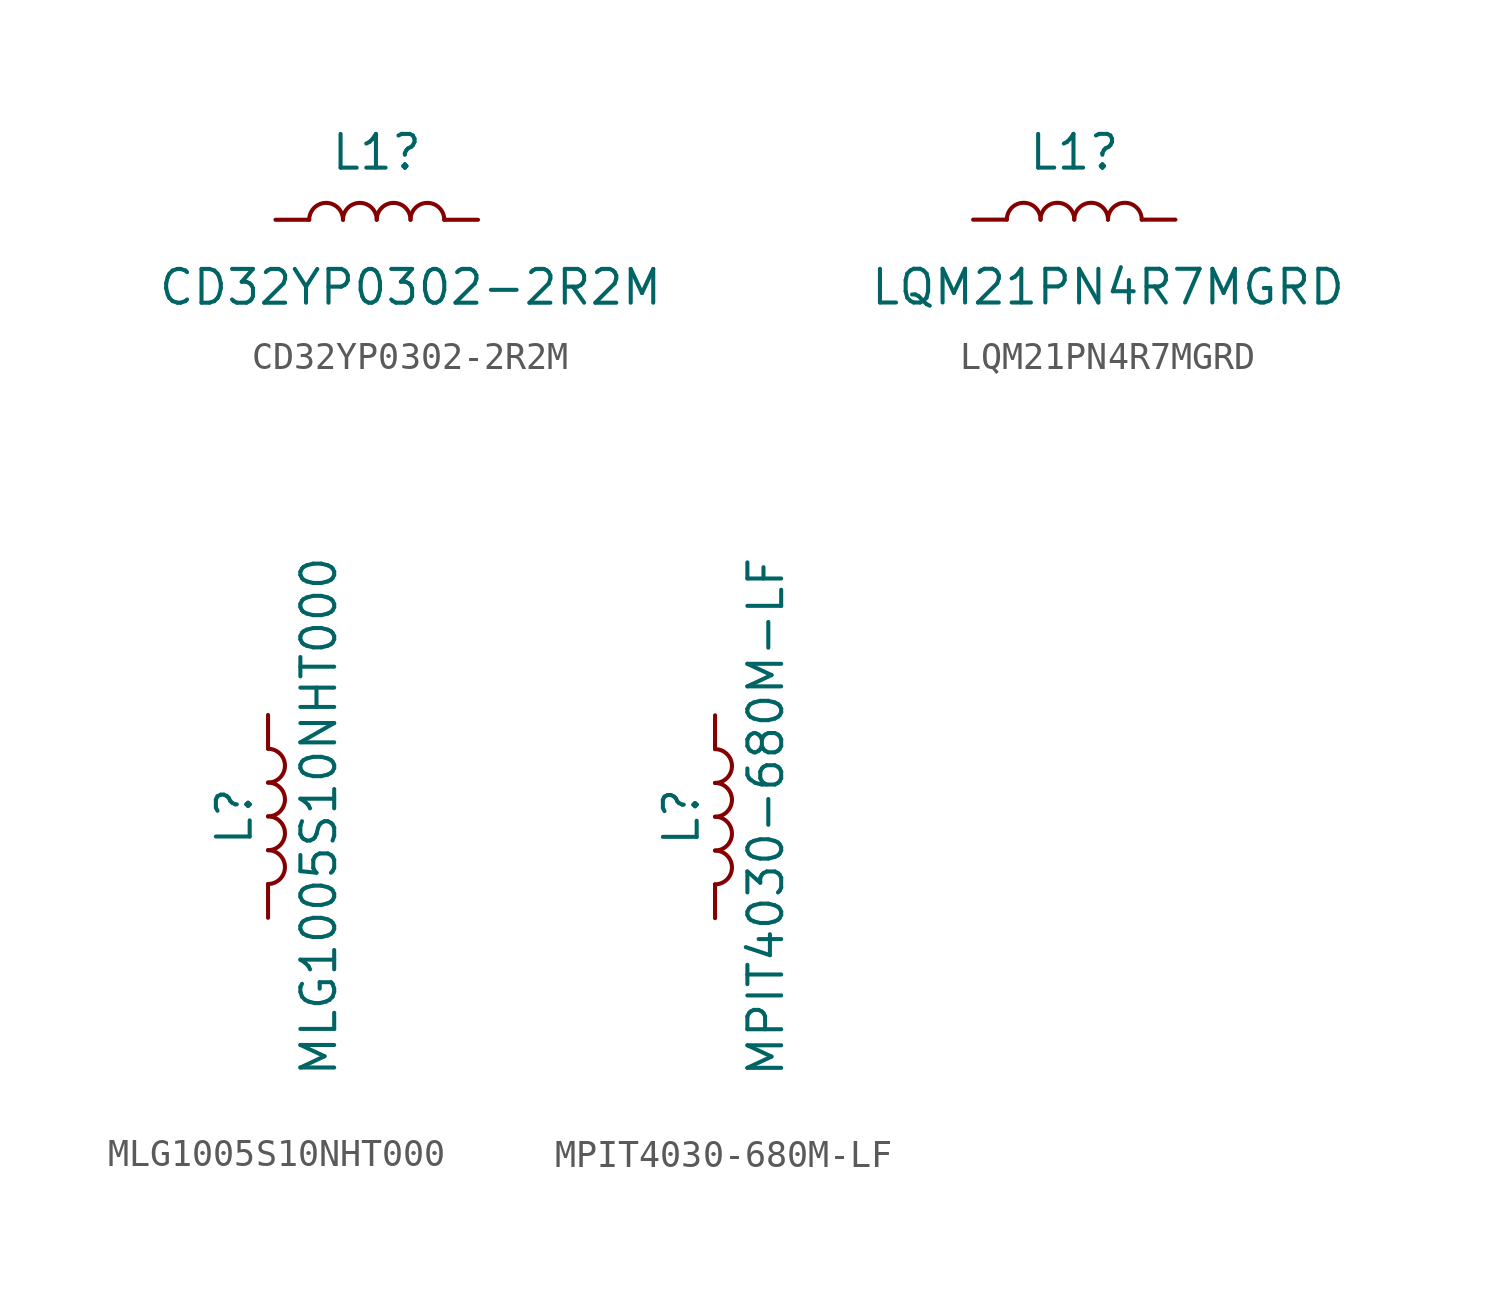
<source format=kicad_sym>
(kicad_symbol_lib
  (version 20211014)
  (generator kicad_symbol_editor)
  (symbol "CD32YP0302-2R2M"
    (pin_numbers hide)
    (pin_names
      (offset 1.016) hide)
    (property "Reference" "L1"
      (at 0 2.54 0)
      (effects (font (size 1.27 1.27))))
    (property "Value" "CD32YP0302-2R2M"
      (at 1.27 -2.54 0)
      (effects (font (size 1.27 1.27))))
    (symbol "CD32YP0302-2R2M_0_1"
      (arc (start -1.27 0) (mid -1.905 0.635) (end -2.54 0) (stroke (width 0) (type default) (color 0 0 0 0)) (fill (type none)))
      (arc (start 0 0) (mid -0.635 0.635) (end -1.27 0) (stroke (width 0) (type default) (color 0 0 0 0)) (fill (type none)))
      (arc (start 1.27 0) (mid 0.635 0.635) (end 0 0) (stroke (width 0) (type default) (color 0 0 0 0)) (fill (type none)))
      (arc (start 2.54 0) (mid 1.905 0.635) (end 1.27 0) (stroke (width 0) (type default) (color 0 0 0 0)) (fill (type none))))
    (symbol "CD32YP0302-2R2M_1_1"
      (pin passive line (at -3.81 0 0) (length 1.27) (name "1" (effects (font (size 1.27 1.27)))) (number "1" (effects (font (size 1.27 1.27)))))
      (pin passive line (at 3.81 0 180) (length 1.27) (name "2" (effects (font (size 1.27 1.27)))) (number "2" (effects (font (size 1.27 1.27)))))))
  (symbol "LQM21PN4R7MGRD"
    (pin_numbers hide)
    (pin_names
      (offset 1.016) hide)
    (property "Reference" "L1"
      (at 0 2.54 0)
      (effects (font (size 1.27 1.27))))
    (property "Value" "LQM21PN4R7MGRD"
      (at 1.27 -2.54 0)
      (effects (font (size 1.27 1.27))))
    (symbol "LQM21PN4R7MGRD_0_1"
      (arc (start -1.27 0) (mid -1.905 0.635) (end -2.54 0) (stroke (width 0) (type default) (color 0 0 0 0)) (fill (type none)))
      (arc (start 0 0) (mid -0.635 0.635) (end -1.27 0) (stroke (width 0) (type default) (color 0 0 0 0)) (fill (type none)))
      (arc (start 1.27 0) (mid 0.635 0.635) (end 0 0) (stroke (width 0) (type default) (color 0 0 0 0)) (fill (type none)))
      (arc (start 2.54 0) (mid 1.905 0.635) (end 1.27 0) (stroke (width 0) (type default) (color 0 0 0 0)) (fill (type none))))
    (symbol "LQM21PN4R7MGRD_1_1"
      (pin passive line (at -3.81 0 0) (length 1.27) (name "1" (effects (font (size 1.27 1.27)))) (number "1" (effects (font (size 1.27 1.27)))))
      (pin passive line (at 3.81 0 180) (length 1.27) (name "2" (effects (font (size 1.27 1.27)))) (number "2" (effects (font (size 1.27 1.27)))))))
  (symbol "MLG1005S10NHT000"
    (pin_numbers hide)
    (pin_names
      (offset 1.016) hide)
    (property "Reference" "L"
      (at -1.27 0 90)
      (effects (font (size 1.27 1.27))))
    (property "Value" "MLG1005S10NHT000"
      (at 1.905 0 90)
      (effects (font (size 1.27 1.27))))
    (symbol "MLG1005S10NHT000_0_1"
      (arc (start 0 -2.54) (mid 0.635 -1.905) (end 0 -1.27) (stroke (width 0) (type default) (color 0 0 0 0)) (fill (type none)))
      (arc (start 0 -1.27) (mid 0.635 -0.635) (end 0 0) (stroke (width 0) (type default) (color 0 0 0 0)) (fill (type none)))
      (arc (start 0 0) (mid 0.635 0.635) (end 0 1.27) (stroke (width 0) (type default) (color 0 0 0 0)) (fill (type none)))
      (arc (start 0 1.27) (mid 0.635 1.905) (end 0 2.54) (stroke (width 0) (type default) (color 0 0 0 0)) (fill (type none))))
    (symbol "MLG1005S10NHT000_1_1"
      (pin passive line (at 0 3.81 270) (length 1.27) (name "1" (effects (font (size 1.27 1.27)))) (number "1" (effects (font (size 1.27 1.27)))))
      (pin passive line (at 0 -3.81 90) (length 1.27) (name "2" (effects (font (size 1.27 1.27)))) (number "2" (effects (font (size 1.27 1.27)))))))
  (symbol "MPIT4030-680M-LF"
    (pin_numbers hide)
    (pin_names
      (offset 1.016) hide)
    (property "Reference" "L"
      (at -1.27 0 90)
      (effects (font (size 1.27 1.27))))
    (property "Value" "MPIT4030-680M-LF"
      (at 1.905 0 90)
      (effects (font (size 1.27 1.27))))
    (symbol "MPIT4030-680M-LF_0_1"
      (arc (start 0 -2.54) (mid 0.635 -1.905) (end 0 -1.27) (stroke (width 0) (type default) (color 0 0 0 0)) (fill (type none)))
      (arc (start 0 -1.27) (mid 0.635 -0.635) (end 0 0) (stroke (width 0) (type default) (color 0 0 0 0)) (fill (type none)))
      (arc (start 0 0) (mid 0.635 0.635) (end 0 1.27) (stroke (width 0) (type default) (color 0 0 0 0)) (fill (type none)))
      (arc (start 0 1.27) (mid 0.635 1.905) (end 0 2.54) (stroke (width 0) (type default) (color 0 0 0 0)) (fill (type none))))
    (symbol "MPIT4030-680M-LF_1_1"
      (pin passive line (at 0 3.81 270) (length 1.27) (name "1" (effects (font (size 1.27 1.27)))) (number "1" (effects (font (size 1.27 1.27)))))
      (pin passive line (at 0 -3.81 90) (length 1.27) (name "2" (effects (font (size 1.27 1.27)))) (number "2" (effects (font (size 1.27 1.27))))))))
</source>
